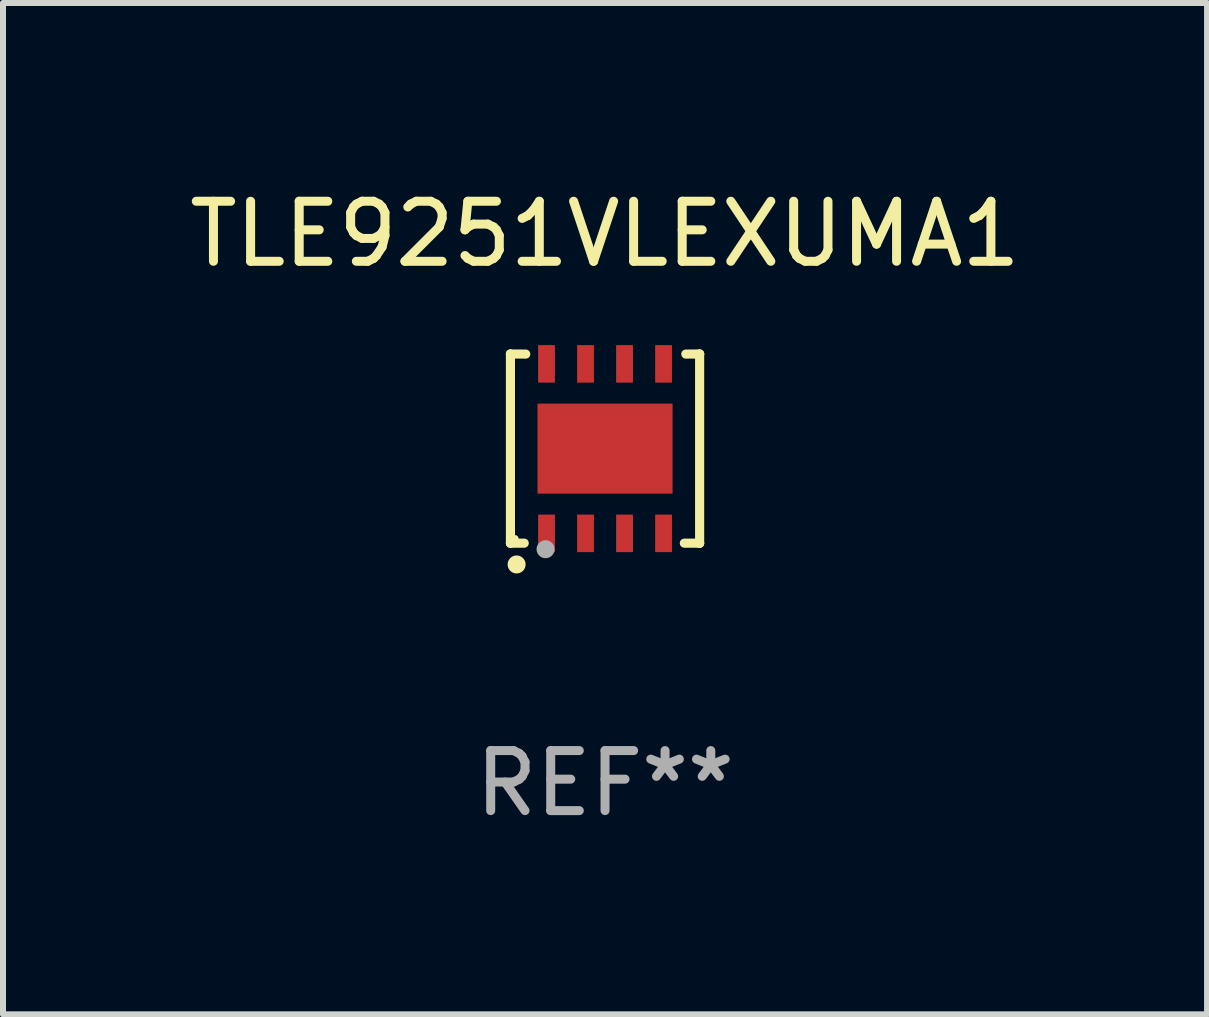
<source format=kicad_pcb>
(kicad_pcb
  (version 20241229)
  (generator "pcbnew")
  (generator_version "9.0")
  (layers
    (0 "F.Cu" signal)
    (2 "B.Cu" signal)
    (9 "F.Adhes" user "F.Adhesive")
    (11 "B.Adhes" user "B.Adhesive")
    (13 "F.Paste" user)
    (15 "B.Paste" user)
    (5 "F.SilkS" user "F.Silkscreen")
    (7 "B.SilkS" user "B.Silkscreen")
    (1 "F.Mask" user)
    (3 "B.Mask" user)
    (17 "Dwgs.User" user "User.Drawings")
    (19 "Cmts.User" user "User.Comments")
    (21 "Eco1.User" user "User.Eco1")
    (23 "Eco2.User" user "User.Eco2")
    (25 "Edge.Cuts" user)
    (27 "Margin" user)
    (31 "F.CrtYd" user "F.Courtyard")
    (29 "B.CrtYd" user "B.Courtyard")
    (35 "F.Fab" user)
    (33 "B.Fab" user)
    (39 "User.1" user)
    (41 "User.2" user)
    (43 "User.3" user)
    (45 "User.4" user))
  (footprint "TLE9251VLEXUMA1"
    (layer "F.Cu")
    (at 7.03 4.424)
    (property "Reference" "TLE9251VLEXUMA1" (at 0 -3.576 0) (layer "F.SilkS") (effects (font (size 1 1) (thickness 0.15))))
    (attr through_hole)
    (fp_line (start -1.576 -1.576) (end -1.576 -1.576) (stroke (width 0.152) (type solid)) (layer "F.SilkS"))
    (fp_line (start -1.576 -1.576) (end -1.576 1.576) (stroke (width 0.152) (type solid)) (layer "F.SilkS"))
    (fp_line (start -1.576 1.576) (end -1.576 1.576) (stroke (width 0.152) (type solid)) (layer "F.SilkS"))
    (fp_line (start -1.576 1.576) (end -1.346 1.575) (stroke (width 0.152) (type solid)) (layer "F.SilkS"))
    (fp_line (start -1.321 -1.575) (end -1.576 -1.576) (stroke (width 0.152) (type solid)) (layer "F.SilkS"))
    (fp_line (start 1.321 1.575) (end 1.576 1.576) (stroke (width 0.152) (type solid)) (layer "F.SilkS"))
    (fp_line (start 1.576 -1.576) (end 1.346 -1.575) (stroke (width 0.152) (type solid)) (layer "F.SilkS"))
    (fp_line (start 1.576 -1.576) (end 1.576 -1.576) (stroke (width 0.152) (type solid)) (layer "F.SilkS"))
    (fp_line (start 1.576 1.576) (end 1.576 -1.576) (stroke (width 0.152) (type solid)) (layer "F.SilkS"))
    (fp_line (start 1.576 1.576) (end 1.576 1.576) (stroke (width 0.152) (type solid)) (layer "F.SilkS"))
    (fp_circle (center -1.5 1.5) (end -1.47 1.5) (stroke (width 0.06) (type solid)) (fill no) (layer "F.SilkS"))
    (fp_circle (center -1.473 1.93) (end -1.398 1.93) (stroke (width 0.15) (type solid)) (fill no) (layer "F.SilkS"))
    (fp_circle (center -0.991 1.676) (end -0.916 1.676) (stroke (width 0.15) (type solid)) (fill no) (layer "F.Fab"))
    (fp_text user "REF**" (at 0 5.576 0) (layer "F.Fab") (effects (font (size 1 1) (thickness 0.15))))
    (pad "1" smd rect (at -0.975 1.412) (size 0.28 0.625) (layers "F.Cu" "F.Mask" "F.Paste"))
    (pad "2" smd rect (at -0.325 1.412) (size 0.28 0.625) (layers "F.Cu" "F.Mask" "F.Paste"))
    (pad "3" smd rect (at 0.325 1.412) (size 0.28 0.625) (layers "F.Cu" "F.Mask" "F.Paste"))
    (pad "4" smd rect (at 0.975 1.412) (size 0.28 0.625) (layers "F.Cu" "F.Mask" "F.Paste"))
    (pad "5" smd rect (at 0.975 -1.412) (size 0.28 0.625) (layers "F.Cu" "F.Mask" "F.Paste"))
    (pad "6" smd rect (at 0.325 -1.412) (size 0.28 0.625) (layers "F.Cu" "F.Mask" "F.Paste"))
    (pad "7" smd rect (at -0.325 -1.412) (size 0.28 0.625) (layers "F.Cu" "F.Mask" "F.Paste"))
    (pad "8" smd rect (at -0.975 -1.412) (size 0.28 0.625) (layers "F.Cu" "F.Mask" "F.Paste"))
    (pad "9" smd rect (at 0 0) (size 2.25 1.5) (layers "F.Cu" "F.Mask" "F.Paste")))
  (gr_rect
    (start -3 -3)
    (end 17.06 13.849)
    (stroke (width 0.1) (type default))
    (fill no)
    (layer "Edge.Cuts")))
</source>
